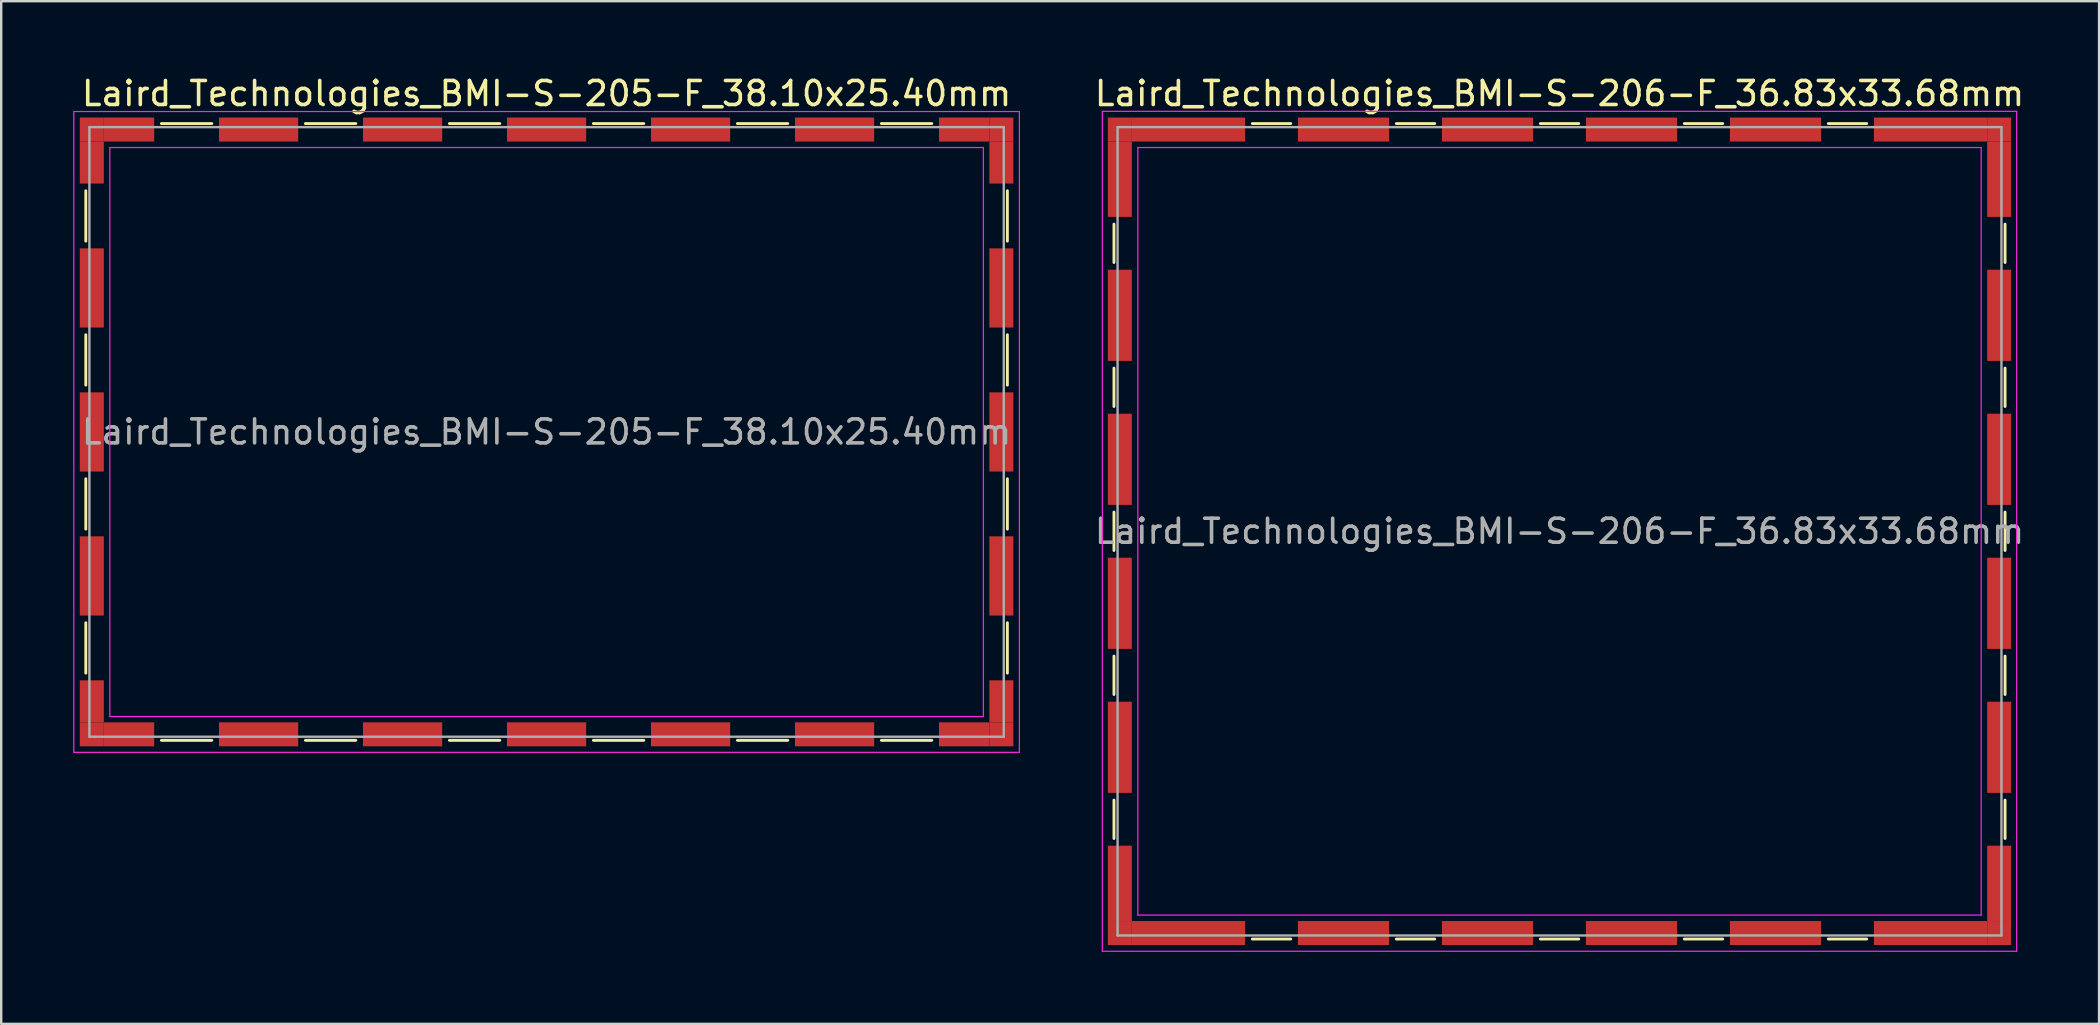
<source format=kicad_pcb>
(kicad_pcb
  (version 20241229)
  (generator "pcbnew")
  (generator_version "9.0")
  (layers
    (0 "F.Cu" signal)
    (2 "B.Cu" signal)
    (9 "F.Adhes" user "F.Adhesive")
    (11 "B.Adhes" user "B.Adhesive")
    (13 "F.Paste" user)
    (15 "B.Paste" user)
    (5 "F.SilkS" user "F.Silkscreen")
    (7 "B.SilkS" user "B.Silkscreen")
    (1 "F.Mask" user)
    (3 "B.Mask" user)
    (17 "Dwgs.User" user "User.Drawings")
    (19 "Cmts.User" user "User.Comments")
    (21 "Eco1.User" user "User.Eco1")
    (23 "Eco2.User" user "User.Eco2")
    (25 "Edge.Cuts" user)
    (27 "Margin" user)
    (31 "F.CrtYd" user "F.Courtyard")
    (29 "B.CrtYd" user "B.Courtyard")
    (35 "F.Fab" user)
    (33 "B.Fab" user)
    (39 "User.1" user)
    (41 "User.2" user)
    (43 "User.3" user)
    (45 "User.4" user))
  (footprint "Laird_Technologies_BMI-S-206-F_36.83x33.68mm"
    (layer "F.Cu")
    (at 61.932 19.088)
    (property "Reference" "Laird_Technologies_BMI-S-206-F_36.83x33.68mm" (at 0 -18.24 0) (layer "F.SilkS") (effects (font (size 1 1) (thickness 0.15))))
    (attr smd)
    (fp_line (start -18.565 -12.8) (end -18.565 -11.2) (stroke (width 0.12) (type solid)) (layer "F.SilkS"))
    (fp_line (start -18.565 -6.8) (end -18.565 -5.2) (stroke (width 0.12) (type solid)) (layer "F.SilkS"))
    (fp_line (start -18.565 -0.8) (end -18.565 0.8) (stroke (width 0.12) (type solid)) (layer "F.SilkS"))
    (fp_line (start -18.565 5.2) (end -18.565 6.8) (stroke (width 0.12) (type solid)) (layer "F.SilkS"))
    (fp_line (start -18.565 11.2) (end -18.565 12.8) (stroke (width 0.12) (type solid)) (layer "F.SilkS"))
    (fp_line (start -12.8 -16.99) (end -11.2 -16.99) (stroke (width 0.12) (type solid)) (layer "F.SilkS"))
    (fp_line (start -12.8 16.99) (end -11.2 16.99) (stroke (width 0.12) (type solid)) (layer "F.SilkS"))
    (fp_line (start -6.8 -16.99) (end -5.2 -16.99) (stroke (width 0.12) (type solid)) (layer "F.SilkS"))
    (fp_line (start -6.8 16.99) (end -5.2 16.99) (stroke (width 0.12) (type solid)) (layer "F.SilkS"))
    (fp_line (start -0.8 -16.99) (end 0.8 -16.99) (stroke (width 0.12) (type solid)) (layer "F.SilkS"))
    (fp_line (start -0.8 16.99) (end 0.8 16.99) (stroke (width 0.12) (type solid)) (layer "F.SilkS"))
    (fp_line (start 5.2 -16.99) (end 6.8 -16.99) (stroke (width 0.12) (type solid)) (layer "F.SilkS"))
    (fp_line (start 5.2 16.99) (end 6.8 16.99) (stroke (width 0.12) (type solid)) (layer "F.SilkS"))
    (fp_line (start 11.2 -16.99) (end 12.8 -16.99) (stroke (width 0.12) (type solid)) (layer "F.SilkS"))
    (fp_line (start 11.2 16.99) (end 12.8 16.99) (stroke (width 0.12) (type solid)) (layer "F.SilkS"))
    (fp_line (start 18.565 -12.8) (end 18.565 -11.2) (stroke (width 0.12) (type solid)) (layer "F.SilkS"))
    (fp_line (start 18.565 -6.8) (end 18.565 -5.2) (stroke (width 0.12) (type solid)) (layer "F.SilkS"))
    (fp_line (start 18.565 -0.8) (end 18.565 0.8) (stroke (width 0.12) (type solid)) (layer "F.SilkS"))
    (fp_line (start 18.565 5.2) (end 18.565 6.8) (stroke (width 0.12) (type solid)) (layer "F.SilkS"))
    (fp_line (start 18.565 11.2) (end 18.565 12.8) (stroke (width 0.12) (type solid)) (layer "F.SilkS"))
    (fp_line (start -19.05 -17.5) (end -19.05 17.5) (stroke (width 0.05) (type solid)) (layer "F.CrtYd"))
    (fp_line (start -19.05 17.5) (end 19.05 17.5) (stroke (width 0.05) (type solid)) (layer "F.CrtYd"))
    (fp_line (start -17.57 -15.99) (end -17.57 15.99) (stroke (width 0.05) (type solid)) (layer "F.CrtYd"))
    (fp_line (start 17.57 -15.99) (end -17.57 -15.99) (stroke (width 0.05) (type solid)) (layer "F.CrtYd"))
    (fp_line (start 17.57 -15.99) (end 17.57 15.99) (stroke (width 0.05) (type solid)) (layer "F.CrtYd"))
    (fp_line (start 17.57 15.99) (end -17.57 15.99) (stroke (width 0.05) (type solid)) (layer "F.CrtYd"))
    (fp_line (start 19.05 -17.5) (end -19.05 -17.5) (stroke (width 0.05) (type solid)) (layer "F.CrtYd"))
    (fp_line (start 19.05 17.5) (end 19.05 -17.5) (stroke (width 0.05) (type solid)) (layer "F.CrtYd"))
    (fp_line (start -18.415 -16.84) (end -18.415 16.84) (stroke (width 0.1) (type solid)) (layer "F.Fab"))
    (fp_line (start -18.415 16.84) (end 18.415 16.84) (stroke (width 0.1) (type solid)) (layer "F.Fab"))
    (fp_line (start 18.415 -16.84) (end -18.415 -16.84) (stroke (width 0.1) (type solid)) (layer "F.Fab"))
    (fp_line (start 18.415 16.84) (end 18.415 -16.84) (stroke (width 0.1) (type solid)) (layer "F.Fab"))
    (fp_text user "${REFERENCE}" (at 0 0 0) (layer "F.Fab") (effects (font (size 1 1) (thickness 0.15))))
    (pad "1" smd rect (at -18.32 -16.74) (size 1 1) (layers "F.Cu" "F.Mask" "F.Paste"))
    (pad "1" smd rect (at -18.32 -14.67) (size 1 3.14) (layers "F.Cu" "F.Mask" "F.Paste"))
    (pad "1" smd rect (at -18.32 -9) (size 1 3.8) (layers "F.Cu" "F.Mask" "F.Paste"))
    (pad "1" smd rect (at -18.32 -3) (size 1 3.8) (layers "F.Cu" "F.Mask" "F.Paste"))
    (pad "1" smd rect (at -18.32 3) (size 1 3.8) (layers "F.Cu" "F.Mask" "F.Paste"))
    (pad "1" smd rect (at -18.32 9) (size 1 3.8) (layers "F.Cu" "F.Mask" "F.Paste"))
    (pad "1" smd rect (at -18.32 14.67) (size 1 3.14) (layers "F.Cu" "F.Mask" "F.Paste"))
    (pad "1" smd rect (at -18.32 16.74) (size 1 1) (layers "F.Cu" "F.Mask" "F.Paste"))
    (pad "1" smd rect (at -15.46 -16.74) (size 4.72 1) (layers "F.Cu" "F.Mask" "F.Paste"))
    (pad "1" smd rect (at -15.46 16.74) (size 4.72 1) (layers "F.Cu" "F.Mask" "F.Paste"))
    (pad "1" smd rect (at -9 -16.74) (size 3.8 1) (layers "F.Cu" "F.Mask" "F.Paste"))
    (pad "1" smd rect (at -9 16.74) (size 3.8 1) (layers "F.Cu" "F.Mask" "F.Paste"))
    (pad "1" smd rect (at -3 -16.74) (size 3.8 1) (layers "F.Cu" "F.Mask" "F.Paste"))
    (pad "1" smd rect (at -3 16.74) (size 3.8 1) (layers "F.Cu" "F.Mask" "F.Paste"))
    (pad "1" smd rect (at 3 -16.74) (size 3.8 1) (layers "F.Cu" "F.Mask" "F.Paste"))
    (pad "1" smd rect (at 3 16.74) (size 3.8 1) (layers "F.Cu" "F.Mask" "F.Paste"))
    (pad "1" smd rect (at 9 -16.74) (size 3.8 1) (layers "F.Cu" "F.Mask" "F.Paste"))
    (pad "1" smd rect (at 9 16.74) (size 3.8 1) (layers "F.Cu" "F.Mask" "F.Paste"))
    (pad "1" smd rect (at 15.46 -16.74) (size 4.72 1) (layers "F.Cu" "F.Mask" "F.Paste"))
    (pad "1" smd rect (at 15.46 16.74) (size 4.72 1) (layers "F.Cu" "F.Mask" "F.Paste"))
    (pad "1" smd rect (at 18.32 -16.74) (size 1 1) (layers "F.Cu" "F.Mask" "F.Paste"))
    (pad "1" smd rect (at 18.32 -14.67) (size 1 3.14) (layers "F.Cu" "F.Mask" "F.Paste"))
    (pad "1" smd rect (at 18.32 -9) (size 1 3.8) (layers "F.Cu" "F.Mask" "F.Paste"))
    (pad "1" smd rect (at 18.32 -3) (size 1 3.8) (layers "F.Cu" "F.Mask" "F.Paste"))
    (pad "1" smd rect (at 18.32 3) (size 1 3.8) (layers "F.Cu" "F.Mask" "F.Paste"))
    (pad "1" smd rect (at 18.32 9) (size 1 3.8) (layers "F.Cu" "F.Mask" "F.Paste"))
    (pad "1" smd rect (at 18.32 14.67) (size 1 3.14) (layers "F.Cu" "F.Mask" "F.Paste"))
    (pad "1" smd rect (at 18.32 16.74) (size 1 1) (layers "F.Cu" "F.Mask" "F.Paste")))
  (footprint "Laird_Technologies_BMI-S-205-F_38.10x25.40mm"
    (layer "F.Cu")
    (at 19.725 14.948)
    (property "Reference" "Laird_Technologies_BMI-S-205-F_38.10x25.40mm" (at 0 -14.1 0) (layer "F.SilkS") (effects (font (size 1 1) (thickness 0.15))))
    (attr smd)
    (fp_line (start -19.2 -10.05) (end -19.2 -7.95) (stroke (width 0.12) (type solid)) (layer "F.SilkS"))
    (fp_line (start -19.2 -4.05) (end -19.2 -1.95) (stroke (width 0.12) (type solid)) (layer "F.SilkS"))
    (fp_line (start -19.2 1.95) (end -19.2 4.05) (stroke (width 0.12) (type solid)) (layer "F.SilkS"))
    (fp_line (start -19.2 7.95) (end -19.2 10.05) (stroke (width 0.12) (type solid)) (layer "F.SilkS"))
    (fp_line (start -16.05 -12.85) (end -13.95 -12.85) (stroke (width 0.12) (type solid)) (layer "F.SilkS"))
    (fp_line (start -16.05 12.85) (end -13.95 12.85) (stroke (width 0.12) (type solid)) (layer "F.SilkS"))
    (fp_line (start -10.05 -12.85) (end -7.95 -12.85) (stroke (width 0.12) (type solid)) (layer "F.SilkS"))
    (fp_line (start -10.05 12.85) (end -7.95 12.85) (stroke (width 0.12) (type solid)) (layer "F.SilkS"))
    (fp_line (start -4.05 -12.85) (end -1.95 -12.85) (stroke (width 0.12) (type solid)) (layer "F.SilkS"))
    (fp_line (start -4.05 12.85) (end -1.95 12.85) (stroke (width 0.12) (type solid)) (layer "F.SilkS"))
    (fp_line (start 1.95 -12.85) (end 4.05 -12.85) (stroke (width 0.12) (type solid)) (layer "F.SilkS"))
    (fp_line (start 1.95 12.85) (end 4.05 12.85) (stroke (width 0.12) (type solid)) (layer "F.SilkS"))
    (fp_line (start 7.95 -12.85) (end 10.05 -12.85) (stroke (width 0.12) (type solid)) (layer "F.SilkS"))
    (fp_line (start 7.95 12.85) (end 10.05 12.85) (stroke (width 0.12) (type solid)) (layer "F.SilkS"))
    (fp_line (start 13.95 -12.85) (end 16.05 -12.85) (stroke (width 0.12) (type solid)) (layer "F.SilkS"))
    (fp_line (start 13.95 12.85) (end 16.05 12.85) (stroke (width 0.12) (type solid)) (layer "F.SilkS"))
    (fp_line (start 19.2 -10.05) (end 19.2 -7.95) (stroke (width 0.12) (type solid)) (layer "F.SilkS"))
    (fp_line (start 19.2 -4.05) (end 19.2 -1.95) (stroke (width 0.12) (type solid)) (layer "F.SilkS"))
    (fp_line (start 19.2 1.95) (end 19.2 4.05) (stroke (width 0.12) (type solid)) (layer "F.SilkS"))
    (fp_line (start 19.2 7.95) (end 19.2 10.05) (stroke (width 0.12) (type solid)) (layer "F.SilkS"))
    (fp_line (start -19.7 -13.35) (end -19.7 13.35) (stroke (width 0.05) (type solid)) (layer "F.CrtYd"))
    (fp_line (start -19.7 13.35) (end 19.7 13.35) (stroke (width 0.05) (type solid)) (layer "F.CrtYd"))
    (fp_line (start -18.2 -11.85) (end -18.2 11.85) (stroke (width 0.05) (type solid)) (layer "F.CrtYd"))
    (fp_line (start 18.2 -11.86) (end 18.2 11.84) (stroke (width 0.05) (type solid)) (layer "F.CrtYd"))
    (fp_line (start 18.2 -11.85) (end -18.2 -11.85) (stroke (width 0.05) (type solid)) (layer "F.CrtYd"))
    (fp_line (start 18.2 11.86) (end -18.2 11.86) (stroke (width 0.05) (type solid)) (layer "F.CrtYd"))
    (fp_line (start 19.7 -13.35) (end -19.7 -13.35) (stroke (width 0.05) (type solid)) (layer "F.CrtYd"))
    (fp_line (start 19.7 13.35) (end 19.7 -13.35) (stroke (width 0.05) (type solid)) (layer "F.CrtYd"))
    (fp_line (start -19.05 -12.7) (end -19.05 12.7) (stroke (width 0.1) (type solid)) (layer "F.Fab"))
    (fp_line (start -19.05 12.7) (end 19.05 12.7) (stroke (width 0.1) (type solid)) (layer "F.Fab"))
    (fp_line (start 19.05 -12.7) (end -19.05 -12.7) (stroke (width 0.1) (type solid)) (layer "F.Fab"))
    (fp_line (start 19.05 12.7) (end 19.05 -12.7) (stroke (width 0.1) (type solid)) (layer "F.Fab"))
    (fp_text user "${REFERENCE}" (at 0 0 0) (layer "F.Fab") (effects (font (size 1 1) (thickness 0.15))))
    (pad "1" smd rect (at -18.95 -12.6) (size 1 1) (layers "F.Cu" "F.Mask" "F.Paste"))
    (pad "1" smd rect (at -18.95 -11.225) (size 1 1.75) (layers "F.Cu" "F.Mask" "F.Paste"))
    (pad "1" smd rect (at -18.95 -6) (size 1 3.3) (layers "F.Cu" "F.Mask" "F.Paste"))
    (pad "1" smd rect (at -18.95 0) (size 1 3.3) (layers "F.Cu" "F.Mask" "F.Paste"))
    (pad "1" smd rect (at -18.95 6) (size 1 3.3) (layers "F.Cu" "F.Mask" "F.Paste"))
    (pad "1" smd rect (at -18.95 11.225) (size 1 1.75) (layers "F.Cu" "F.Mask" "F.Paste"))
    (pad "1" smd rect (at -18.95 12.6) (size 1 1) (layers "F.Cu" "F.Mask" "F.Paste"))
    (pad "1" smd rect (at -17.4 -12.6) (size 2.1 1) (layers "F.Cu" "F.Mask" "F.Paste"))
    (pad "1" smd rect (at -17.4 12.6) (size 2.1 1) (layers "F.Cu" "F.Mask" "F.Paste"))
    (pad "1" smd rect (at -12 -12.6) (size 3.3 1) (layers "F.Cu" "F.Mask" "F.Paste"))
    (pad "1" smd rect (at -12 12.6) (size 3.3 1) (layers "F.Cu" "F.Mask" "F.Paste"))
    (pad "1" smd rect (at -6 -12.6) (size 3.3 1) (layers "F.Cu" "F.Mask" "F.Paste"))
    (pad "1" smd rect (at -6 12.6) (size 3.3 1) (layers "F.Cu" "F.Mask" "F.Paste"))
    (pad "1" smd rect (at 0 -12.6) (size 3.3 1) (layers "F.Cu" "F.Mask" "F.Paste"))
    (pad "1" smd rect (at 0 12.6) (size 3.3 1) (layers "F.Cu" "F.Mask" "F.Paste"))
    (pad "1" smd rect (at 6 -12.6) (size 3.3 1) (layers "F.Cu" "F.Mask" "F.Paste"))
    (pad "1" smd rect (at 6 12.6) (size 3.3 1) (layers "F.Cu" "F.Mask" "F.Paste"))
    (pad "1" smd rect (at 12 -12.6) (size 3.3 1) (layers "F.Cu" "F.Mask" "F.Paste"))
    (pad "1" smd rect (at 12 12.6) (size 3.3 1) (layers "F.Cu" "F.Mask" "F.Paste"))
    (pad "1" smd rect (at 17.4 -12.6) (size 2.1 1) (layers "F.Cu" "F.Mask" "F.Paste"))
    (pad "1" smd rect (at 17.4 12.6) (size 2.1 1) (layers "F.Cu" "F.Mask" "F.Paste"))
    (pad "1" smd rect (at 18.95 -12.6) (size 1 1) (layers "F.Cu" "F.Mask" "F.Paste"))
    (pad "1" smd rect (at 18.95 -11.225) (size 1 1.75) (layers "F.Cu" "F.Mask" "F.Paste"))
    (pad "1" smd rect (at 18.95 -6) (size 1 3.3) (layers "F.Cu" "F.Mask" "F.Paste"))
    (pad "1" smd rect (at 18.95 0) (size 1 3.3) (layers "F.Cu" "F.Mask" "F.Paste"))
    (pad "1" smd rect (at 18.95 6) (size 1 3.3) (layers "F.Cu" "F.Mask" "F.Paste"))
    (pad "1" smd rect (at 18.95 11.225) (size 1 1.75) (layers "F.Cu" "F.Mask" "F.Paste"))
    (pad "1" smd rect (at 18.95 12.6) (size 1 1) (layers "F.Cu" "F.Mask" "F.Paste")))
  (gr_rect
    (start -3 -3)
    (end 84.414 39.613)
    (stroke (width 0.1) (type default))
    (fill no)
    (layer "Edge.Cuts")))
</source>
